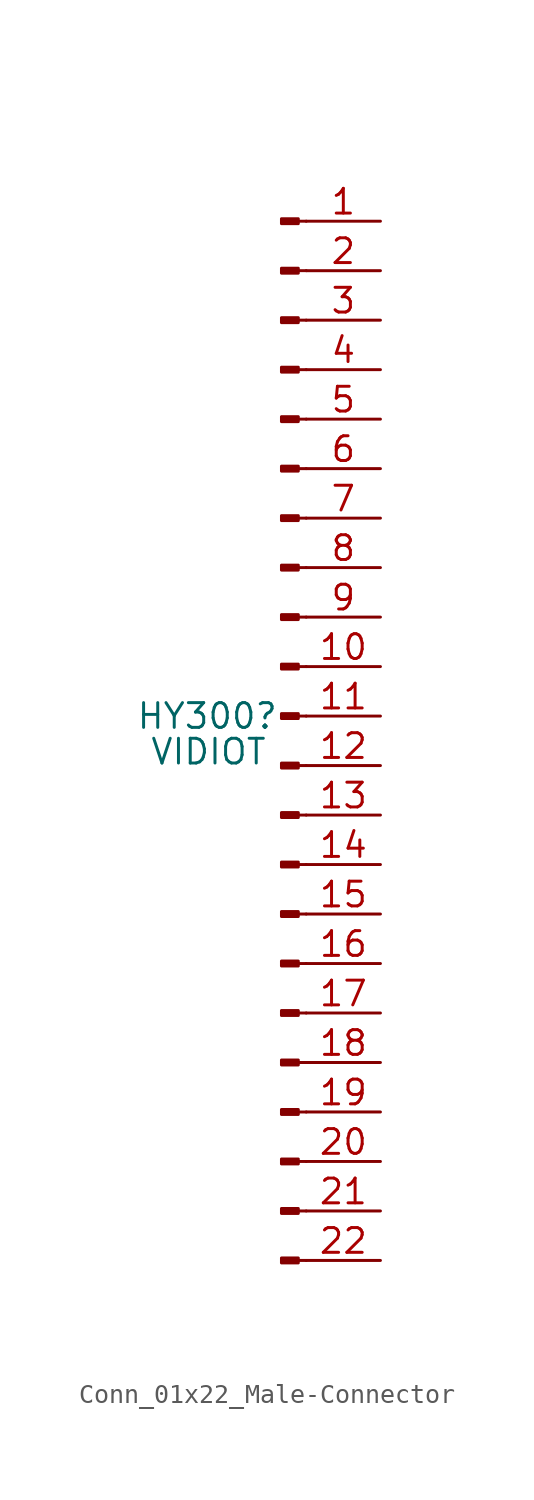
<source format=kicad_sym>
(kicad_symbol_lib
  (version 20220914)
  (generator kicad_symbol_editor)
  (symbol "Conn_01x22_Male-Connector"
    (pin_names
      (offset 1.016) hide)
    (property "Reference" "HY300"
      (at -3.81 0 0)
      (effects (font (size 1.27 1.27))))
    (property "Value" "VIDIOT"
      (at -0.711 -1.829 0)
      (effects (font (size 1.27 1.27)) (justify right)))
    (symbol "Conn_01x22_Male-Connector_1_1"
      (polyline (pts (xy 1.27 -27.94) (xy 0.864 -27.94)) (stroke (width 0.152) (type solid)) (fill (type none)))
      (polyline (pts (xy 1.27 -25.4) (xy 0.864 -25.4)) (stroke (width 0.152) (type solid)) (fill (type none)))
      (polyline (pts (xy 1.27 -22.86) (xy 0.864 -22.86)) (stroke (width 0.152) (type solid)) (fill (type none)))
      (polyline (pts (xy 1.27 -20.32) (xy 0.864 -20.32)) (stroke (width 0.152) (type solid)) (fill (type none)))
      (polyline (pts (xy 1.27 -17.78) (xy 0.864 -17.78)) (stroke (width 0.152) (type solid)) (fill (type none)))
      (polyline (pts (xy 1.27 -15.24) (xy 0.864 -15.24)) (stroke (width 0.152) (type solid)) (fill (type none)))
      (polyline (pts (xy 1.27 -12.7) (xy 0.864 -12.7)) (stroke (width 0.152) (type solid)) (fill (type none)))
      (polyline (pts (xy 1.27 -10.16) (xy 0.864 -10.16)) (stroke (width 0.152) (type solid)) (fill (type none)))
      (polyline (pts (xy 1.27 -7.62) (xy 0.864 -7.62)) (stroke (width 0.152) (type solid)) (fill (type none)))
      (polyline (pts (xy 1.27 -5.08) (xy 0.864 -5.08)) (stroke (width 0.152) (type solid)) (fill (type none)))
      (polyline (pts (xy 1.27 -2.54) (xy 0.864 -2.54)) (stroke (width 0.152) (type solid)) (fill (type none)))
      (polyline (pts (xy 1.27 0) (xy 0.864 0)) (stroke (width 0.152) (type solid)) (fill (type none)))
      (polyline (pts (xy 1.27 2.54) (xy 0.864 2.54)) (stroke (width 0.152) (type solid)) (fill (type none)))
      (polyline (pts (xy 1.27 5.08) (xy 0.864 5.08)) (stroke (width 0.152) (type solid)) (fill (type none)))
      (polyline (pts (xy 1.27 7.62) (xy 0.864 7.62)) (stroke (width 0.152) (type solid)) (fill (type none)))
      (polyline (pts (xy 1.27 10.16) (xy 0.864 10.16)) (stroke (width 0.152) (type solid)) (fill (type none)))
      (polyline (pts (xy 1.27 12.7) (xy 0.864 12.7)) (stroke (width 0.152) (type solid)) (fill (type none)))
      (polyline (pts (xy 1.27 15.24) (xy 0.864 15.24)) (stroke (width 0.152) (type solid)) (fill (type none)))
      (polyline (pts (xy 1.27 17.78) (xy 0.864 17.78)) (stroke (width 0.152) (type solid)) (fill (type none)))
      (polyline (pts (xy 1.27 20.32) (xy 0.864 20.32)) (stroke (width 0.152) (type solid)) (fill (type none)))
      (polyline (pts (xy 1.27 22.86) (xy 0.864 22.86)) (stroke (width 0.152) (type solid)) (fill (type none)))
      (polyline (pts (xy 1.27 25.4) (xy 0.864 25.4)) (stroke (width 0.152) (type solid)) (fill (type none)))
      (rectangle (start 0.864 -27.813) (end 0 -28.067) (stroke (width 0.152) (type solid)) (fill (type outline)))
      (rectangle (start 0.864 -25.273) (end 0 -25.527) (stroke (width 0.152) (type solid)) (fill (type outline)))
      (rectangle (start 0.864 -22.733) (end 0 -22.987) (stroke (width 0.152) (type solid)) (fill (type outline)))
      (rectangle (start 0.864 -20.193) (end 0 -20.447) (stroke (width 0.152) (type solid)) (fill (type outline)))
      (rectangle (start 0.864 -17.653) (end 0 -17.907) (stroke (width 0.152) (type solid)) (fill (type outline)))
      (rectangle (start 0.864 -15.113) (end 0 -15.367) (stroke (width 0.152) (type solid)) (fill (type outline)))
      (rectangle (start 0.864 -12.573) (end 0 -12.827) (stroke (width 0.152) (type solid)) (fill (type outline)))
      (rectangle (start 0.864 -10.033) (end 0 -10.287) (stroke (width 0.152) (type solid)) (fill (type outline)))
      (rectangle (start 0.864 -7.493) (end 0 -7.747) (stroke (width 0.152) (type solid)) (fill (type outline)))
      (rectangle (start 0.864 -4.953) (end 0 -5.207) (stroke (width 0.152) (type solid)) (fill (type outline)))
      (rectangle (start 0.864 -2.413) (end 0 -2.667) (stroke (width 0.152) (type solid)) (fill (type outline)))
      (rectangle (start 0.864 0.127) (end 0 -0.127) (stroke (width 0.152) (type solid)) (fill (type outline)))
      (rectangle (start 0.864 2.667) (end 0 2.413) (stroke (width 0.152) (type solid)) (fill (type outline)))
      (rectangle (start 0.864 5.207) (end 0 4.953) (stroke (width 0.152) (type solid)) (fill (type outline)))
      (rectangle (start 0.864 7.747) (end 0 7.493) (stroke (width 0.152) (type solid)) (fill (type outline)))
      (rectangle (start 0.864 10.287) (end 0 10.033) (stroke (width 0.152) (type solid)) (fill (type outline)))
      (rectangle (start 0.864 12.827) (end 0 12.573) (stroke (width 0.152) (type solid)) (fill (type outline)))
      (rectangle (start 0.864 15.367) (end 0 15.113) (stroke (width 0.152) (type solid)) (fill (type outline)))
      (rectangle (start 0.864 17.907) (end 0 17.653) (stroke (width 0.152) (type solid)) (fill (type outline)))
      (rectangle (start 0.864 20.447) (end 0 20.193) (stroke (width 0.152) (type solid)) (fill (type outline)))
      (rectangle (start 0.864 22.987) (end 0 22.733) (stroke (width 0.152) (type solid)) (fill (type outline)))
      (rectangle (start 0.864 25.527) (end 0 25.273) (stroke (width 0.152) (type solid)) (fill (type outline)))
      (pin passive line (at 5.08 25.4 180) (length 3.81) (name "Pin_1" (effects (font (size 1.27 1.27)))) (number "1" (effects (font (size 1.27 1.27)))))
      (pin passive line (at 5.08 2.54 180) (length 3.81) (name "Pin_10" (effects (font (size 1.27 1.27)))) (number "10" (effects (font (size 1.27 1.27)))))
      (pin passive line (at 5.08 0 180) (length 3.81) (name "Pin_11" (effects (font (size 1.27 1.27)))) (number "11" (effects (font (size 1.27 1.27)))))
      (pin passive line (at 5.08 -2.54 180) (length 3.81) (name "Pin_12" (effects (font (size 1.27 1.27)))) (number "12" (effects (font (size 1.27 1.27)))))
      (pin passive line (at 5.08 -5.08 180) (length 3.81) (name "Pin_13" (effects (font (size 1.27 1.27)))) (number "13" (effects (font (size 1.27 1.27)))))
      (pin passive line (at 5.08 -7.62 180) (length 3.81) (name "Pin_14" (effects (font (size 1.27 1.27)))) (number "14" (effects (font (size 1.27 1.27)))))
      (pin passive line (at 5.08 -10.16 180) (length 3.81) (name "Pin_15" (effects (font (size 1.27 1.27)))) (number "15" (effects (font (size 1.27 1.27)))))
      (pin passive line (at 5.08 -12.7 180) (length 3.81) (name "Pin_16" (effects (font (size 1.27 1.27)))) (number "16" (effects (font (size 1.27 1.27)))))
      (pin passive line (at 5.08 -15.24 180) (length 3.81) (name "Pin_17" (effects (font (size 1.27 1.27)))) (number "17" (effects (font (size 1.27 1.27)))))
      (pin passive line (at 5.08 -17.78 180) (length 3.81) (name "Pin_18" (effects (font (size 1.27 1.27)))) (number "18" (effects (font (size 1.27 1.27)))))
      (pin passive line (at 5.08 -20.32 180) (length 3.81) (name "Pin_19" (effects (font (size 1.27 1.27)))) (number "19" (effects (font (size 1.27 1.27)))))
      (pin passive line (at 5.08 22.86 180) (length 3.81) (name "Pin_2" (effects (font (size 1.27 1.27)))) (number "2" (effects (font (size 1.27 1.27)))))
      (pin passive line (at 5.08 -22.86 180) (length 3.81) (name "Pin_20" (effects (font (size 1.27 1.27)))) (number "20" (effects (font (size 1.27 1.27)))))
      (pin passive line (at 5.08 -25.4 180) (length 3.81) (name "Pin_21" (effects (font (size 1.27 1.27)))) (number "21" (effects (font (size 1.27 1.27)))))
      (pin passive line (at 5.08 -27.94 180) (length 3.81) (name "Pin_22" (effects (font (size 1.27 1.27)))) (number "22" (effects (font (size 1.27 1.27)))))
      (pin passive line (at 5.08 20.32 180) (length 3.81) (name "Pin_3" (effects (font (size 1.27 1.27)))) (number "3" (effects (font (size 1.27 1.27)))))
      (pin passive line (at 5.08 17.78 180) (length 3.81) (name "Pin_4" (effects (font (size 1.27 1.27)))) (number "4" (effects (font (size 1.27 1.27)))))
      (pin passive line (at 5.08 15.24 180) (length 3.81) (name "Pin_5" (effects (font (size 1.27 1.27)))) (number "5" (effects (font (size 1.27 1.27)))))
      (pin passive line (at 5.08 12.7 180) (length 3.81) (name "Pin_6" (effects (font (size 1.27 1.27)))) (number "6" (effects (font (size 1.27 1.27)))))
      (pin passive line (at 5.08 10.16 180) (length 3.81) (name "Pin_7" (effects (font (size 1.27 1.27)))) (number "7" (effects (font (size 1.27 1.27)))))
      (pin passive line (at 5.08 7.62 180) (length 3.81) (name "Pin_8" (effects (font (size 1.27 1.27)))) (number "8" (effects (font (size 1.27 1.27)))))
      (pin passive line (at 5.08 5.08 180) (length 3.81) (name "Pin_9" (effects (font (size 1.27 1.27)))) (number "9" (effects (font (size 1.27 1.27))))))))
</source>
